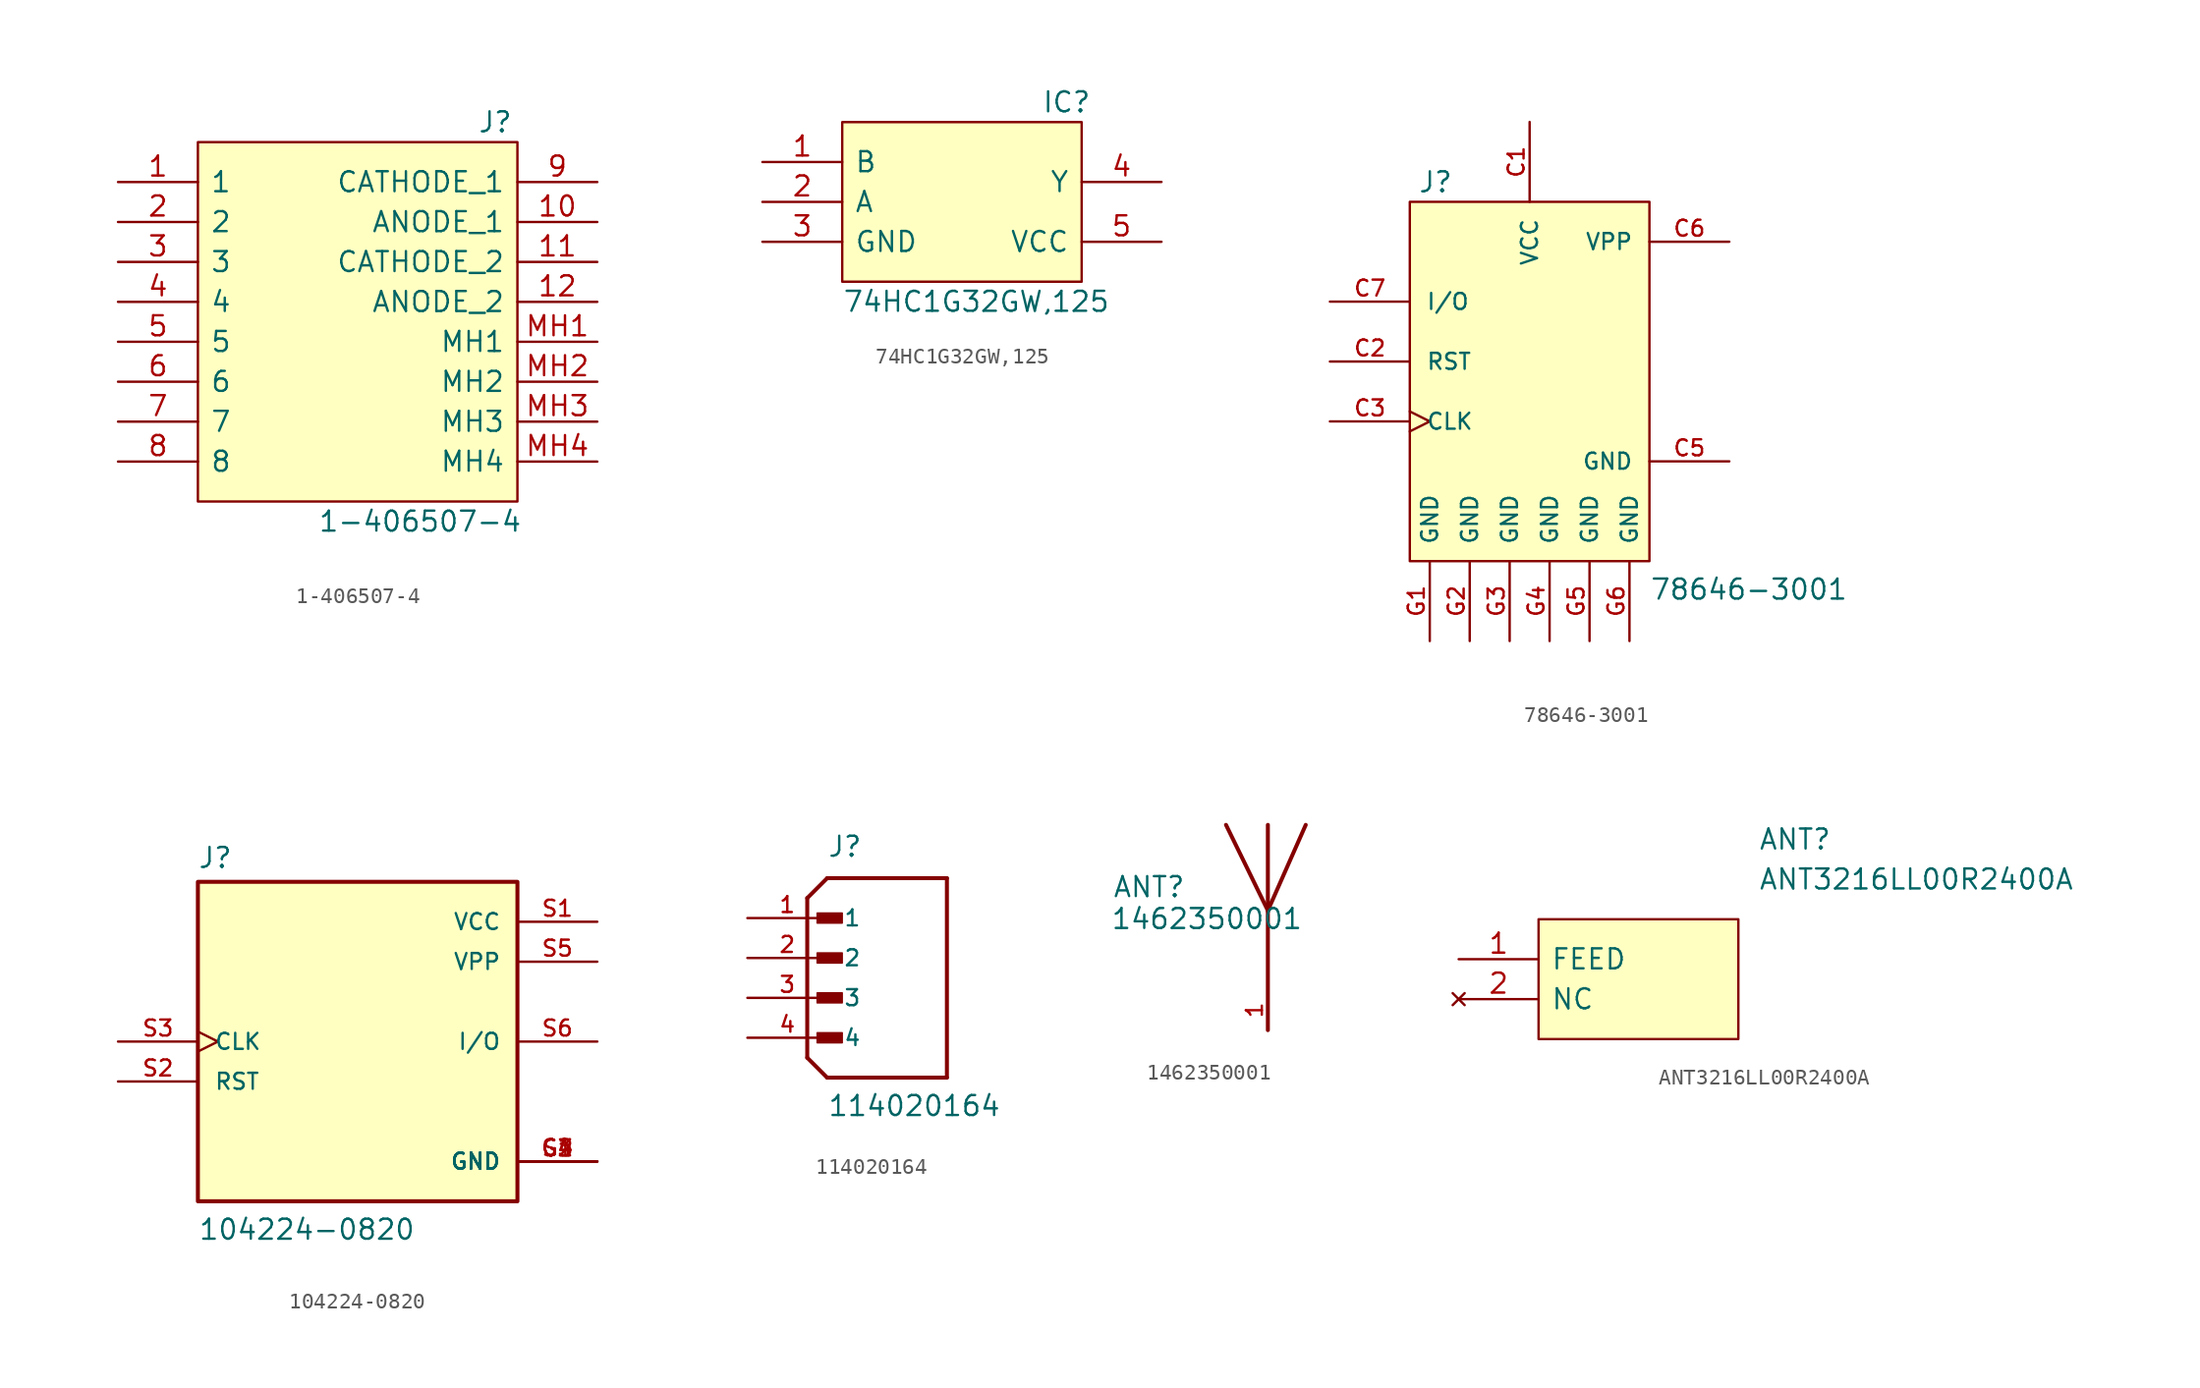
<source format=kicad_sym>
(kicad_symbol_lib
  (version 20231120)
  (generator "kicad_symbol_editor")
  (generator_version "8.0")
  (symbol "1-406507-4"
    (pin_names
      (offset 0.762))
    (property "Reference" "J"
      (at 22.86 3.81 0)
      (effects (font (size 1.27 1.27)) (justify left)))
    (property "Value" "1-406507-4"
      (at 12.7 -21.59 0)
      (effects (font (size 1.27 1.27)) (justify left)))
    (symbol "1-406507-4_0_0"
      (pin unspecified line (at 0 0 0) (length 5.08) (name "1" (effects (font (size 1.27 1.27)))) (number "1" (effects (font (size 1.27 1.27)))))
      (pin unspecified line (at 30.48 -2.54 180) (length 5.08) (name "ANODE_1" (effects (font (size 1.27 1.27)))) (number "10" (effects (font (size 1.27 1.27)))))
      (pin unspecified line (at 30.48 -5.08 180) (length 5.08) (name "CATHODE_2" (effects (font (size 1.27 1.27)))) (number "11" (effects (font (size 1.27 1.27)))))
      (pin unspecified line (at 30.48 -7.62 180) (length 5.08) (name "ANODE_2" (effects (font (size 1.27 1.27)))) (number "12" (effects (font (size 1.27 1.27)))))
      (pin unspecified line (at 0 -2.54 0) (length 5.08) (name "2" (effects (font (size 1.27 1.27)))) (number "2" (effects (font (size 1.27 1.27)))))
      (pin unspecified line (at 0 -5.08 0) (length 5.08) (name "3" (effects (font (size 1.27 1.27)))) (number "3" (effects (font (size 1.27 1.27)))))
      (pin unspecified line (at 0 -7.62 0) (length 5.08) (name "4" (effects (font (size 1.27 1.27)))) (number "4" (effects (font (size 1.27 1.27)))))
      (pin unspecified line (at 0 -10.16 0) (length 5.08) (name "5" (effects (font (size 1.27 1.27)))) (number "5" (effects (font (size 1.27 1.27)))))
      (pin unspecified line (at 0 -12.7 0) (length 5.08) (name "6" (effects (font (size 1.27 1.27)))) (number "6" (effects (font (size 1.27 1.27)))))
      (pin unspecified line (at 0 -15.24 0) (length 5.08) (name "7" (effects (font (size 1.27 1.27)))) (number "7" (effects (font (size 1.27 1.27)))))
      (pin unspecified line (at 0 -17.78 0) (length 5.08) (name "8" (effects (font (size 1.27 1.27)))) (number "8" (effects (font (size 1.27 1.27)))))
      (pin unspecified line (at 30.48 0 180) (length 5.08) (name "CATHODE_1" (effects (font (size 1.27 1.27)))) (number "9" (effects (font (size 1.27 1.27)))))
      (pin unspecified line (at 30.48 -10.16 180) (length 5.08) (name "MH1" (effects (font (size 1.27 1.27)))) (number "MH1" (effects (font (size 1.27 1.27)))))
      (pin unspecified line (at 30.48 -12.7 180) (length 5.08) (name "MH2" (effects (font (size 1.27 1.27)))) (number "MH2" (effects (font (size 1.27 1.27)))))
      (pin unspecified line (at 30.48 -15.24 180) (length 5.08) (name "MH3" (effects (font (size 1.27 1.27)))) (number "MH3" (effects (font (size 1.27 1.27)))))
      (pin unspecified line (at 30.48 -17.78 180) (length 5.08) (name "MH4" (effects (font (size 1.27 1.27)))) (number "MH4" (effects (font (size 1.27 1.27))))))
    (symbol "1-406507-4_0_1"
      (polyline (pts (xy 5.08 2.54) (xy 25.4 2.54) (xy 25.4 -20.32) (xy 5.08 -20.32) (xy 5.08 2.54)) (stroke (width 0.152) (type default)) (fill (type background)))))
  (symbol "74HC1G32GW,125"
    (pin_names
      (offset 0.762))
    (property "Reference" "IC"
      (at 17.78 3.81 0)
      (effects (font (size 1.27 1.27)) (justify left)))
    (property "Value" "74HC1G32GW,125"
      (at 5.08 -8.89 0)
      (effects (font (size 1.27 1.27)) (justify left)))
    (symbol "74HC1G32GW,125_0_0"
      (pin input line (at 0 0 0) (length 5.08) (name "B" (effects (font (size 1.27 1.27)))) (number "1" (effects (font (size 1.27 1.27)))))
      (pin input line (at 0 -2.54 0) (length 5.08) (name "A" (effects (font (size 1.27 1.27)))) (number "2" (effects (font (size 1.27 1.27)))))
      (pin power_out line (at 0 -5.08 0) (length 5.08) (name "GND" (effects (font (size 1.27 1.27)))) (number "3" (effects (font (size 1.27 1.27)))))
      (pin output line (at 25.4 -1.27 180) (length 5.08) (name "Y" (effects (font (size 1.27 1.27)))) (number "4" (effects (font (size 1.27 1.27)))))
      (pin power_in line (at 25.4 -5.08 180) (length 5.08) (name "VCC" (effects (font (size 1.27 1.27)))) (number "5" (effects (font (size 1.27 1.27))))))
    (symbol "74HC1G32GW,125_0_1"
      (polyline (pts (xy 5.08 2.54) (xy 20.32 2.54) (xy 20.32 -7.62) (xy 5.08 -7.62) (xy 5.08 2.54)) (stroke (width 0.152) (type default)) (fill (type background)))))
  (symbol "78646-3001"
    (pin_names
      (offset 1.016))
    (property "Reference" "J"
      (at -7.112 10.668 0)
      (effects (font (size 1.27 1.27)) (justify left bottom)))
    (property "Value" "78646-3001"
      (at 7.62 -15.24 0)
      (effects (font (size 1.27 1.27)) (justify left bottom)))
    (property "ki_locked" ""
      (at 0 0 0)
      (effects (font (size 1.27 1.27))))
    (symbol "78646-3001_0_0"
      (rectangle (start -7.62 -12.7) (end 7.62 10.16) (stroke (width 0.152) (type default)) (fill (type background)))
      (pin power_in line (at 0 15.24 270) (length 5.08) (name "VCC" (effects (font (size 1.016 1.016)))) (number "C1" (effects (font (size 1.016 1.016)))))
      (pin input line (at -12.7 0 0) (length 5.08) (name "RST" (effects (font (size 1.016 1.016)))) (number "C2" (effects (font (size 1.016 1.016)))))
      (pin input clock (at -12.7 -3.81 0) (length 5.08) (name "CLK" (effects (font (size 1.016 1.016)))) (number "C3" (effects (font (size 1.016 1.016)))))
      (pin power_in line (at 12.7 -6.35 180) (length 5.08) (name "GND" (effects (font (size 1.016 1.016)))) (number "C5" (effects (font (size 1.016 1.016)))))
      (pin power_in line (at 12.7 7.62 180) (length 5.08) (name "VPP" (effects (font (size 1.016 1.016)))) (number "C6" (effects (font (size 1.016 1.016)))))
      (pin bidirectional line (at -12.7 3.81 0) (length 5.08) (name "I/O" (effects (font (size 1.016 1.016)))) (number "C7" (effects (font (size 1.016 1.016)))))
      (pin power_in line (at -6.35 -17.78 90) (length 5.08) (name "GND" (effects (font (size 1.016 1.016)))) (number "G1" (effects (font (size 1.016 1.016)))))
      (pin power_in line (at -3.81 -17.78 90) (length 5.08) (name "GND" (effects (font (size 1.016 1.016)))) (number "G2" (effects (font (size 1.016 1.016)))))
      (pin power_in line (at -1.27 -17.78 90) (length 5.08) (name "GND" (effects (font (size 1.016 1.016)))) (number "G3" (effects (font (size 1.016 1.016)))))
      (pin power_in line (at 1.27 -17.78 90) (length 5.08) (name "GND" (effects (font (size 1.016 1.016)))) (number "G4" (effects (font (size 1.016 1.016)))))
      (pin power_in line (at 3.81 -17.78 90) (length 5.08) (name "GND" (effects (font (size 1.016 1.016)))) (number "G5" (effects (font (size 1.016 1.016)))))
      (pin power_in line (at 6.35 -17.78 90) (length 5.08) (name "GND" (effects (font (size 1.016 1.016)))) (number "G6" (effects (font (size 1.016 1.016)))))))
  (symbol "104224-0820"
    (pin_names
      (offset 1.016))
    (property "Reference" "J"
      (at -10.185 10.947 0)
      (effects (font (size 1.27 1.27)) (justify left bottom)))
    (property "Value" "104224-0820"
      (at -10.16 -12.7 0)
      (effects (font (size 1.27 1.27)) (justify left bottom)))
    (property "ki_locked" ""
      (at 0 0 0)
      (effects (font (size 1.27 1.27))))
    (symbol "104224-0820_0_0"
      (rectangle (start -10.16 -10.16) (end 10.16 10.16) (stroke (width 0.254) (type default)) (fill (type background)))
      (pin power_in line (at 15.24 -7.62 180) (length 5.08) (name "GND" (effects (font (size 1.016 1.016)))) (number "G1" (effects (font (size 1.016 1.016)))))
      (pin power_in line (at 15.24 -7.62 180) (length 5.08) (name "GND" (effects (font (size 1.016 1.016)))) (number "G2" (effects (font (size 1.016 1.016)))))
      (pin power_in line (at 15.24 -7.62 180) (length 5.08) (name "GND" (effects (font (size 1.016 1.016)))) (number "G3" (effects (font (size 1.016 1.016)))))
      (pin power_in line (at 15.24 -7.62 180) (length 5.08) (name "GND" (effects (font (size 1.016 1.016)))) (number "G4" (effects (font (size 1.016 1.016)))))
      (pin power_in line (at 15.24 7.62 180) (length 5.08) (name "VCC" (effects (font (size 1.016 1.016)))) (number "S1" (effects (font (size 1.016 1.016)))))
      (pin input line (at -15.24 -2.54 0) (length 5.08) (name "RST" (effects (font (size 1.016 1.016)))) (number "S2" (effects (font (size 1.016 1.016)))))
      (pin input clock (at -15.24 0 0) (length 5.08) (name "CLK" (effects (font (size 1.016 1.016)))) (number "S3" (effects (font (size 1.016 1.016)))))
      (pin power_in line (at 15.24 -7.62 180) (length 5.08) (name "GND" (effects (font (size 1.016 1.016)))) (number "S4" (effects (font (size 1.016 1.016)))))
      (pin power_in line (at 15.24 5.08 180) (length 5.08) (name "VPP" (effects (font (size 1.016 1.016)))) (number "S5" (effects (font (size 1.016 1.016)))))
      (pin bidirectional line (at 15.24 0 180) (length 5.08) (name "I/O" (effects (font (size 1.016 1.016)))) (number "S6" (effects (font (size 1.016 1.016)))))))
  (symbol "114020164"
    (pin_names
      (offset 1.016))
    (property "Reference" "J"
      (at -2.54 6.35 0)
      (effects (font (size 1.27 1.27)) (justify left bottom)))
    (property "Value" "114020164"
      (at -2.54 -10.16 0)
      (effects (font (size 1.27 1.27)) (justify left bottom)))
    (symbol "114020164_0_0"
      (rectangle (start -3.175 -5.397) (end -1.587 -4.763) (stroke (width 0.1) (type default)) (fill (type outline)))
      (rectangle (start -3.175 -2.857) (end -1.587 -2.223) (stroke (width 0.1) (type default)) (fill (type outline)))
      (rectangle (start -3.175 -0.318) (end -1.587 0.318) (stroke (width 0.1) (type default)) (fill (type outline)))
      (rectangle (start -3.175 2.223) (end -1.587 2.857) (stroke (width 0.1) (type default)) (fill (type outline)))
      (polyline (pts (xy -3.81 -6.35) (xy -2.54 -7.62)) (stroke (width 0.254) (type default)) (fill (type none)))
      (polyline (pts (xy -3.81 3.81) (xy -3.81 -6.35)) (stroke (width 0.254) (type default)) (fill (type none)))
      (polyline (pts (xy -3.81 3.81) (xy -2.54 5.08)) (stroke (width 0.254) (type default)) (fill (type none)))
      (polyline (pts (xy -2.54 -7.62) (xy 5.08 -7.62)) (stroke (width 0.254) (type default)) (fill (type none)))
      (polyline (pts (xy 5.08 -7.62) (xy 5.08 5.08)) (stroke (width 0.254) (type default)) (fill (type none)))
      (polyline (pts (xy 5.08 5.08) (xy -2.54 5.08)) (stroke (width 0.254) (type default)) (fill (type none)))
      (pin passive line (at -7.62 2.54 0) (length 5.08) (name "1" (effects (font (size 1.016 1.016)))) (number "1" (effects (font (size 1.016 1.016)))))
      (pin passive line (at -7.62 0 0) (length 5.08) (name "2" (effects (font (size 1.016 1.016)))) (number "2" (effects (font (size 1.016 1.016)))))
      (pin passive line (at -7.62 -2.54 0) (length 5.08) (name "3" (effects (font (size 1.016 1.016)))) (number "3" (effects (font (size 1.016 1.016)))))
      (pin passive line (at -7.62 -5.08 0) (length 5.08) (name "4" (effects (font (size 1.016 1.016)))) (number "4" (effects (font (size 1.016 1.016)))))))
  (symbol "1462350001"
    (pin_names
      (offset 1.016) hide)
    (property "Reference" "ANT"
      (at -9.906 3.302 0)
      (effects (font (size 1.27 1.27)) (justify left bottom)))
    (property "Value" "1462350001"
      (at -10.033 1.27 0)
      (effects (font (size 1.27 1.27)) (justify left bottom)))
    (property "ki_locked" ""
      (at 0 0 0)
      (effects (font (size 1.27 1.27))))
    (symbol "1462350001_0_0"
      (polyline (pts (xy 0 2.54) (xy -2.667 8.001)) (stroke (width 0.254) (type default)) (fill (type none)))
      (polyline (pts (xy 0 2.54) (xy 0 -5.08)) (stroke (width 0.254) (type default)) (fill (type none)))
      (polyline (pts (xy 0 8.001) (xy 0 2.54)) (stroke (width 0.254) (type default)) (fill (type none)))
      (polyline (pts (xy 2.413 8.001) (xy 0 2.54)) (stroke (width 0.254) (type default)) (fill (type none)))
      (pin input line (at 0 -5.08 90) (length 2.54) (name "~" (effects (font (size 1.016 1.016)))) (number "1" (effects (font (size 1.016 1.016)))))))
  (symbol "ANT3216LL00R2400A"
    (pin_names
      (offset 0.762))
    (property "Reference" "ANT"
      (at 19.05 7.62 0)
      (effects (font (size 1.27 1.27)) (justify left)))
    (property "Value" "ANT3216LL00R2400A"
      (at 19.05 5.08 0)
      (effects (font (size 1.27 1.27)) (justify left)))
    (symbol "ANT3216LL00R2400A_0_0"
      (pin input line (at 0 0 0) (length 5.08) (name "FEED" (effects (font (size 1.27 1.27)))) (number "1" (effects (font (size 1.27 1.27)))))
      (pin no_connect line (at 0 -2.54 0) (length 5.08) (name "NC" (effects (font (size 1.27 1.27)))) (number "2" (effects (font (size 1.27 1.27))))))
    (symbol "ANT3216LL00R2400A_0_1"
      (polyline (pts (xy 5.08 2.54) (xy 17.78 2.54) (xy 17.78 -5.08) (xy 5.08 -5.08) (xy 5.08 2.54)) (stroke (width 0.152) (type default)) (fill (type background))))))
</source>
